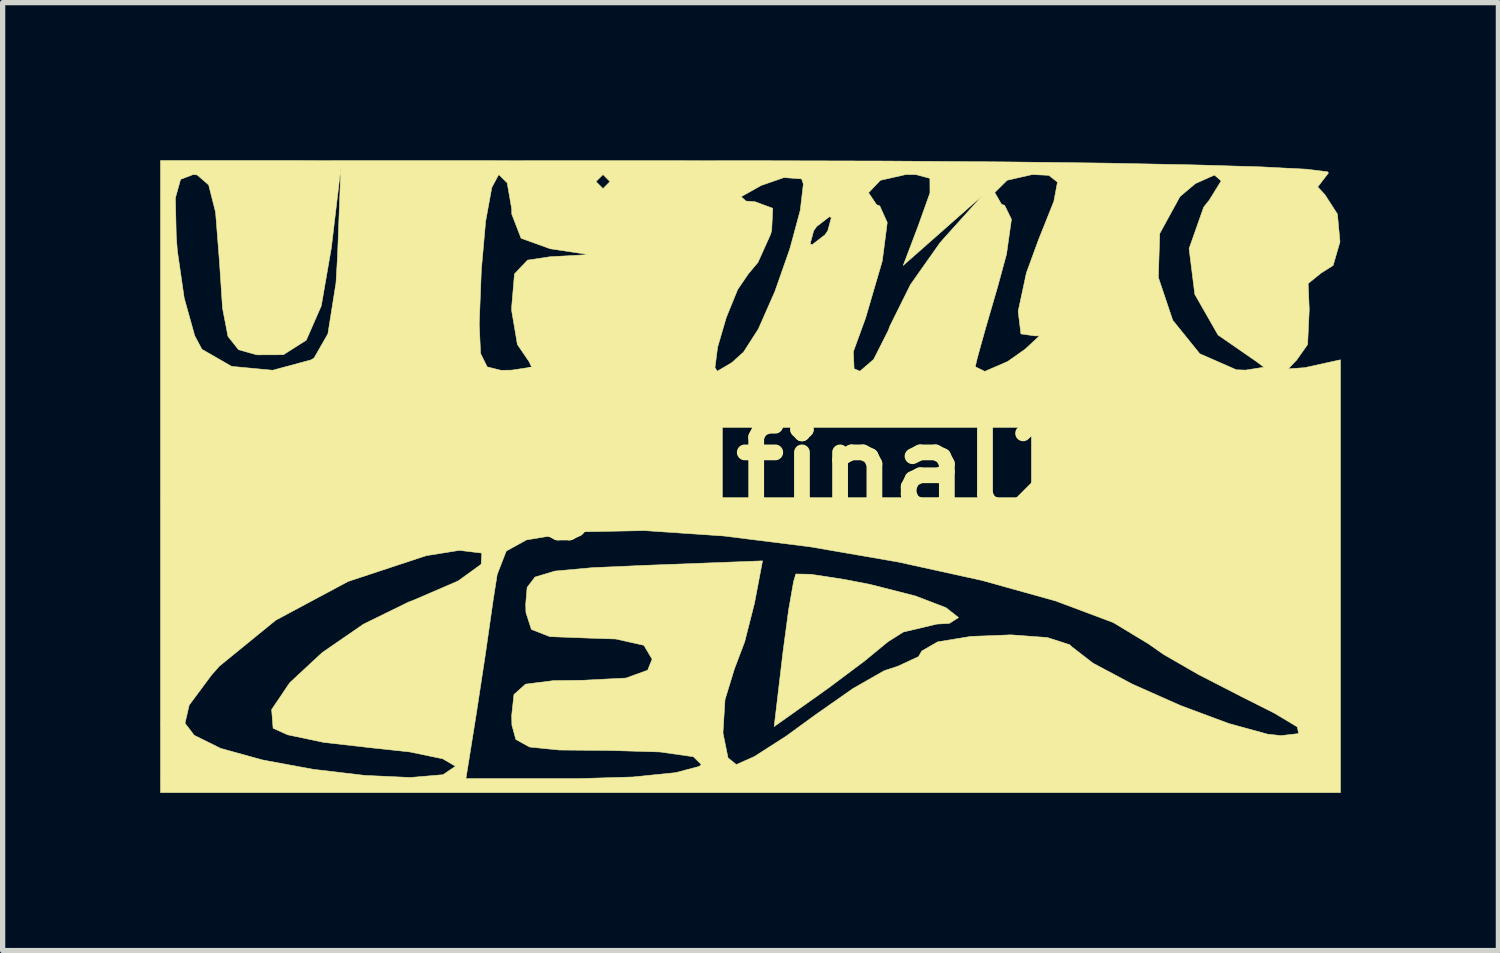
<source format=kicad_pcb>
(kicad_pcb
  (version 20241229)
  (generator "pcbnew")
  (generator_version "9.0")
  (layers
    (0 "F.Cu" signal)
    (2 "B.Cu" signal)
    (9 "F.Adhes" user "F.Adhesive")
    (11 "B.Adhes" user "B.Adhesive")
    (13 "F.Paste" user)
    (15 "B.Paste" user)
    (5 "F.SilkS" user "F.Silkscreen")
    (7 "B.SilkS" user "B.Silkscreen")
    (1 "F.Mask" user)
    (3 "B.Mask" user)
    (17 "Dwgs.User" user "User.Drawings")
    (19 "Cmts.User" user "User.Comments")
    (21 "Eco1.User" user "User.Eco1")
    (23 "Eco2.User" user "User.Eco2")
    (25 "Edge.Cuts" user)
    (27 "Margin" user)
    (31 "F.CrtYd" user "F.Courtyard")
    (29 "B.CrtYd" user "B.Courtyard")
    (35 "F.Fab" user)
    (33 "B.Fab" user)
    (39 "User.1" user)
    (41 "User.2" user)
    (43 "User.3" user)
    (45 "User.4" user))
  (footprint "logo_final2"
    (layer "F.Cu")
    (at 11.234 5.887)
    (property "Reference" "logo_final2" (at 0 0 0) (layer "F.SilkS") (effects (font (size 1.524 1.524) (thickness 0.3))))
    (attr through_hole)
    (fp_poly (pts (xy 1.147 1.993) (xy 1.785 2.091) (xy 2.276 2.186) (xy 3.136 2.405) (xy 3.721 2.629) (xy 3.96 2.817) (xy 3.784 2.928) (xy 3.548 2.941) (xy 2.91 3.092) (xy 2.619 3.275) (xy 2.173 3.642) (xy 1.52 4.131) (xy 1.355 4.25) (xy 0.451 4.891) (xy 0.618 3.478) (xy 0.725 2.676) (xy 0.821 2.128) (xy 0.864 1.988) (xy 1.147 1.993)) (stroke (width 0.01) (type solid)) (fill yes) (layer "F.SilkS"))
    (fp_poly (pts (xy 0.067 -5.878) (xy 2.55 -5.872) (xy 4.805 -5.856) (xy 6.783 -5.832) (xy 8.438 -5.799) (xy 9.722 -5.761) (xy 10.586 -5.716) (xy 10.985 -5.667) (xy 11 -5.644) (xy 10.796 -5.379) (xy 10.934 -5.231) (xy 11.171 -4.863) (xy 11.22 -4.334) (xy 11.089 -3.884) (xy 10.865 -3.743) (xy 10.614 -3.541) (xy 10.635 -3.046) (xy 10.604 -2.38) (xy 10.397 -2.087) (xy 10.236 -1.917) (xy 10.545 -1.939) (xy 10.628 -1.957) (xy 11.229 -2.089) (xy 11.229 6.149) (xy -11.229 6.149) (xy -11.229 5.882) (xy -5.416 5.882) (xy -3.258 5.882) (xy -2.234 5.851) (xy -1.427 5.769) (xy -0.978 5.651) (xy -0.936 5.615) (xy -1.086 5.466) (xy -1.722 5.375) (xy -2.658 5.347) (xy -3.641 5.338) (xy -4.205 5.281) (xy -4.466 5.137) (xy -4.541 4.864) (xy -4.545 4.679) (xy -4.502 4.282) (xy -4.281 4.084) (xy -3.745 4.017) (xy -3.208 4.011) (xy -2.368 3.968) (xy -1.957 3.819) (xy -1.872 3.609) (xy -2.029 3.345) (xy -2.564 3.225) (xy -3.075 3.208) (xy -3.818 3.18) (xy -4.17 3.043) (xy -4.274 2.721) (xy -4.278 2.56) (xy -4.251 2.243) (xy -4.101 2.046) (xy -3.721 1.932) (xy -3.004 1.867) (xy -2.025 1.824) (xy 0.229 1.738) (xy 0.077 2.54) (xy -0.11 3.277) (xy -0.305 3.792) (xy -0.485 4.379) (xy -0.524 5.013) (xy -0.427 5.488) (xy -0.27 5.615) (xy 0.073 5.463) (xy 0.682 5.072) (xy 1.221 4.679) (xy 1.95 4.168) (xy 2.546 3.828) (xy 2.806 3.743) (xy 3.198 3.561) (xy 3.261 3.453) (xy 3.561 3.28) (xy 4.193 3.176) (xy 4.956 3.146) (xy 5.65 3.197) (xy 6.076 3.334) (xy 6.107 3.366) (xy 6.519 3.685) (xy 7.27 4.085) (xy 8.189 4.493) (xy 9.105 4.834) (xy 9.845 5.037) (xy 10.099 5.064) (xy 10.433 5.025) (xy 10.408 4.899) (xy 9.976 4.639) (xy 9.358 4.328) (xy 8.521 3.898) (xy 7.862 3.518) (xy 7.578 3.319) (xy 6.905 2.912) (xy 5.811 2.502) (xy 4.409 2.111) (xy 2.813 1.76) (xy 1.135 1.47) (xy -0.512 1.264) (xy -2.014 1.162) (xy -3.258 1.186) (xy -3.509 1.213) (xy -4.264 1.339) (xy -4.648 1.551) (xy -4.821 1.996) (xy -4.899 2.494) (xy -5.049 3.539) (xy -5.215 4.625) (xy -5.234 4.746) (xy -5.416 5.882) (xy -11.229 5.882) (xy -11.229 4.829) (xy -10.763 4.829) (xy -10.587 5.058) (xy -10.084 5.307) (xy -9.285 5.528) (xy -8.326 5.705) (xy -7.344 5.821) (xy -6.474 5.861) (xy -5.852 5.808) (xy -5.615 5.647) (xy -5.615 5.647) (xy -5.858 5.505) (xy -6.489 5.374) (xy -7.223 5.295) (xy -8.123 5.193) (xy -8.81 5.048) (xy -9.086 4.924) (xy -9.114 4.568) (xy -8.769 4.057) (xy -8.152 3.484) (xy -7.365 2.942) (xy -6.508 2.522) (xy -6.412 2.486) (xy -5.564 2.12) (xy -5.126 1.803) (xy -5.113 1.59) (xy -5.54 1.538) (xy -6.172 1.639) (xy -7.659 2.13) (xy -9.035 2.867) (xy -10.108 3.741) (xy -10.26 3.913) (xy -10.683 4.483) (xy -10.763 4.829) (xy -11.229 4.829) (xy -11.229 -0.802) (xy -0.535 -0.802) (xy -0.535 0.535) (xy 5.347 0.535) (xy 5.347 -0.802) (xy -0.535 -0.802) (xy -11.229 -0.802) (xy -11.229 -5.169) (xy -10.946 -5.169) (xy -10.929 -4.436) (xy -10.908 -4.16) (xy -10.778 -3.263) (xy -10.578 -2.547) (xy -10.441 -2.289) (xy -9.876 -1.964) (xy -9.095 -1.89) (xy -8.365 -2.087) (xy -8.307 -2.122) (xy -8.043 -2.583) (xy -8.014 -2.766) (xy -5.163 -2.766) (xy -5.137 -2.208) (xy -5.011 -1.954) (xy -4.749 -1.889) (xy -4.545 -1.892) (xy -4.241 -1.938) (xy -0.676 -1.938) (xy -0.631 -1.872) (xy -0.354 -2.036) (xy -0.132 -2.236) (xy -0.126 -2.245) (xy 1.958 -2.245) (xy 1.972 -1.918) (xy 2.084 -1.872) (xy 2.182 -1.957) (xy 4.278 -1.957) (xy 4.46 -1.868) (xy 4.896 -2.057) (xy 5.229 -2.292) (xy 5.5 -2.544) (xy 5.414 -2.544) (xy 5.147 -2.582) (xy 5.095 -3.014) (xy 5.233 -3.656) (xy 7.763 -3.656) (xy 8.037 -2.841) (xy 8.552 -2.204) (xy 9.248 -1.899) (xy 9.425 -1.893) (xy 9.773 -1.948) (xy 9.625 -2.059) (xy 8.899 -2.561) (xy 8.457 -3.335) (xy 8.348 -4.205) (xy 8.626 -4.995) (xy 8.731 -5.126) (xy 8.959 -5.494) (xy 8.831 -5.605) (xy 8.468 -5.443) (xy 8.174 -5.195) (xy 7.789 -4.492) (xy 7.763 -3.656) (xy 5.233 -3.656) (xy 5.252 -3.745) (xy 5.481 -4.37) (xy 5.774 -5.104) (xy 5.843 -5.471) (xy 5.678 -5.6) (xy 5.363 -5.615) (xy 4.885 -5.506) (xy 4.649 -5.273) (xy 4.776 -5.052) (xy 4.838 -5.027) (xy 4.967 -4.763) (xy 4.873 -4.099) (xy 4.706 -3.485) (xy 4.473 -2.684) (xy 4.317 -2.124) (xy 4.278 -1.957) (xy 2.182 -1.957) (xy 2.345 -2.098) (xy 2.624 -2.65) (xy 2.654 -2.733) (xy 3.045 -3.52) (xy 3.605 -4.313) (xy 3.683 -4.403) (xy 4.412 -5.212) (xy 3.659 -4.548) (xy 2.907 -3.885) (xy 3.191 -4.634) (xy 3.416 -5.265) (xy 3.415 -5.543) (xy 3.153 -5.613) (xy 2.957 -5.615) (xy 2.472 -5.505) (xy 2.247 -5.268) (xy 2.399 -5.042) (xy 2.461 -5.017) (xy 2.603 -4.702) (xy 2.509 -3.972) (xy 2.191 -2.885) (xy 1.958 -2.245) (xy -0.126 -2.245) (xy 0.151 -2.677) (xy 0.464 -3.388) (xy 0.748 -4.198) (xy 0.775 -4.295) (xy 1.135 -4.295) (xy 1.172 -4.278) (xy 1.416 -4.466) (xy 1.471 -4.545) (xy 1.539 -4.795) (xy 1.502 -4.813) (xy 1.258 -4.624) (xy 1.203 -4.545) (xy 1.135 -4.295) (xy 0.775 -4.295) (xy 0.948 -4.937) (xy 1.006 -5.435) (xy 0.973 -5.533) (xy 0.636 -5.557) (xy 0.203 -5.407) (xy -0.178 -5.193) (xy -0.086 -5.11) (xy 0.085 -5.098) (xy 0.424 -4.973) (xy 0.403 -4.546) (xy 0.383 -4.478) (xy 0.143 -3.944) (xy -0.041 -3.724) (xy -0.244 -3.426) (xy -0.461 -2.893) (xy -0.626 -2.329) (xy -0.676 -1.938) (xy -4.241 -1.938) (xy -4.166 -1.95) (xy -4.211 -2.049) (xy -4.437 -2.382) (xy -4.544 -3.015) (xy -4.545 -3.097) (xy -4.492 -3.723) (xy -4.243 -3.986) (xy -3.81 -4.051) (xy -3.075 -4.091) (xy -3.81 -4.202) (xy -4.366 -4.402) (xy -4.543 -4.86) (xy -4.545 -4.964) (xy -4.631 -5.458) (xy -4.655 -5.481) (xy -2.941 -5.481) (xy -2.807 -5.347) (xy -2.674 -5.481) (xy -2.807 -5.615) (xy -2.941 -5.481) (xy -4.655 -5.481) (xy -4.791 -5.615) (xy -4.923 -5.37) (xy -5.041 -4.726) (xy -5.121 -3.817) (xy -5.125 -3.743) (xy -5.163 -2.766) (xy -8.014 -2.766) (xy -7.889 -3.554) (xy -7.86 -4.056) (xy -7.796 -5.748) (xy -7.977 -4.222) (xy -8.169 -3.115) (xy -8.455 -2.462) (xy -8.891 -2.185) (xy -9.394 -2.183) (xy -9.744 -2.281) (xy -9.945 -2.535) (xy -10.049 -3.075) (xy -10.106 -3.944) (xy -10.181 -4.897) (xy -10.313 -5.418) (xy -10.531 -5.607) (xy -10.607 -5.615) (xy -10.847 -5.523) (xy -10.946 -5.169) (xy -11.229 -5.169) (xy -11.229 -5.882) (xy 0.067 -5.878)) (stroke (width 0.01) (type solid)) (fill yes) (layer "F.SilkS")))
  (gr_rect
    (start -3 -3)
    (end 25.469 15.042)
    (stroke (width 0.1) (type default))
    (fill no)
    (layer "Edge.Cuts")))
</source>
